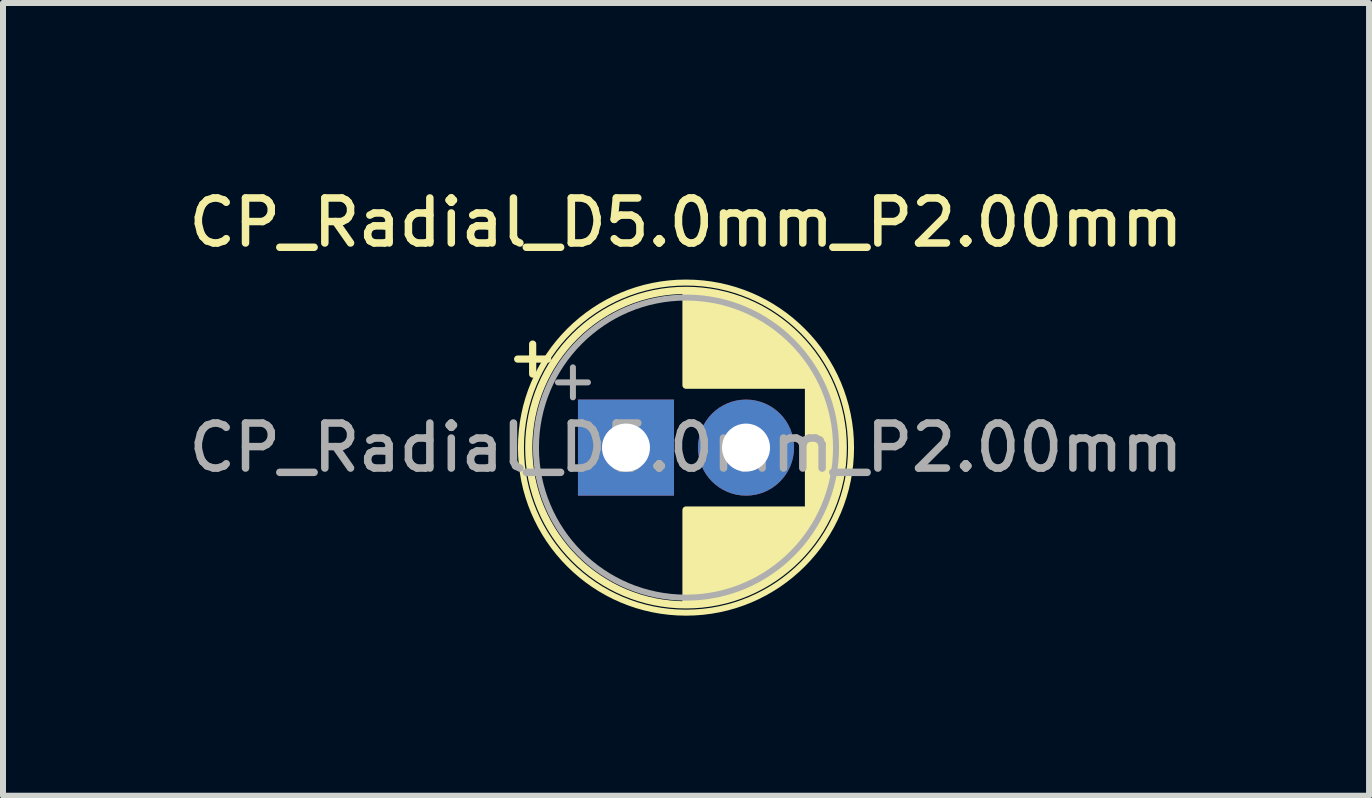
<source format=kicad_pcb>
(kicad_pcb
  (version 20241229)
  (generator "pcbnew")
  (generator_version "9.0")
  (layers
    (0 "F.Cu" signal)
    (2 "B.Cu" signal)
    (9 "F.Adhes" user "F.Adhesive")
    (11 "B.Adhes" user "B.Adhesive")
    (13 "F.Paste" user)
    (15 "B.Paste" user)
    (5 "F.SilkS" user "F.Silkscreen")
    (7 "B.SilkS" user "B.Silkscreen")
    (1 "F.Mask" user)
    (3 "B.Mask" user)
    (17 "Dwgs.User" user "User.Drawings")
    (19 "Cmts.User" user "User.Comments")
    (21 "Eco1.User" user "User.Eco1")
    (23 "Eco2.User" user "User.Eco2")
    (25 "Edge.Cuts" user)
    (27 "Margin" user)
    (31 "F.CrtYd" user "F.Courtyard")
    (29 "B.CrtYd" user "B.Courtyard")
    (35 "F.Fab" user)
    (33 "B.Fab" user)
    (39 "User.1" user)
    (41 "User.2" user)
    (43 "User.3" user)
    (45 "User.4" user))
  (footprint "CP_Radial_D5.0mm_P2.00mm"
    (layer "F.Cu")
    (at 7.38 4.408)
    (property "Reference" "CP_Radial_D5.0mm_P2.00mm" (at 1 -3.75 0) (layer "F.SilkS") (effects (font (size 0.75 0.75) (thickness 0.125))))
    (attr through_hole)
    (fp_line (start -1.805 -1.475) (end -1.305 -1.475) (stroke (width 0.12) (type solid)) (layer "F.SilkS"))
    (fp_line (start -1.555 -1.725) (end -1.555 -1.225) (stroke (width 0.12) (type solid)) (layer "F.SilkS"))
    (fp_line (start 1 -2.58) (end 1 -1.04) (stroke (width 0.12) (type solid)) (layer "F.SilkS"))
    (fp_line (start 1 1.04) (end 1 2.58) (stroke (width 0.12) (type solid)) (layer "F.SilkS"))
    (fp_line (start 1.04 -2.58) (end 1.04 -1.04) (stroke (width 0.12) (type solid)) (layer "F.SilkS"))
    (fp_line (start 1.04 1.04) (end 1.04 2.58) (stroke (width 0.12) (type solid)) (layer "F.SilkS"))
    (fp_line (start 1.08 -2.579) (end 1.08 -1.04) (stroke (width 0.12) (type solid)) (layer "F.SilkS"))
    (fp_line (start 1.08 1.04) (end 1.08 2.579) (stroke (width 0.12) (type solid)) (layer "F.SilkS"))
    (fp_line (start 1.12 -2.578) (end 1.12 -1.04) (stroke (width 0.12) (type solid)) (layer "F.SilkS"))
    (fp_line (start 1.12 1.04) (end 1.12 2.578) (stroke (width 0.12) (type solid)) (layer "F.SilkS"))
    (fp_line (start 1.16 -2.576) (end 1.16 -1.04) (stroke (width 0.12) (type solid)) (layer "F.SilkS"))
    (fp_line (start 1.16 1.04) (end 1.16 2.576) (stroke (width 0.12) (type solid)) (layer "F.SilkS"))
    (fp_line (start 1.2 -2.573) (end 1.2 -1.04) (stroke (width 0.12) (type solid)) (layer "F.SilkS"))
    (fp_line (start 1.2 1.04) (end 1.2 2.573) (stroke (width 0.12) (type solid)) (layer "F.SilkS"))
    (fp_line (start 1.24 -2.569) (end 1.24 -1.04) (stroke (width 0.12) (type solid)) (layer "F.SilkS"))
    (fp_line (start 1.24 1.04) (end 1.24 2.569) (stroke (width 0.12) (type solid)) (layer "F.SilkS"))
    (fp_line (start 1.28 -2.565) (end 1.28 -1.04) (stroke (width 0.12) (type solid)) (layer "F.SilkS"))
    (fp_line (start 1.28 1.04) (end 1.28 2.565) (stroke (width 0.12) (type solid)) (layer "F.SilkS"))
    (fp_line (start 1.32 -2.561) (end 1.32 -1.04) (stroke (width 0.12) (type solid)) (layer "F.SilkS"))
    (fp_line (start 1.32 1.04) (end 1.32 2.561) (stroke (width 0.12) (type solid)) (layer "F.SilkS"))
    (fp_line (start 1.36 -2.556) (end 1.36 -1.04) (stroke (width 0.12) (type solid)) (layer "F.SilkS"))
    (fp_line (start 1.36 1.04) (end 1.36 2.556) (stroke (width 0.12) (type solid)) (layer "F.SilkS"))
    (fp_line (start 1.4 -2.55) (end 1.4 -1.04) (stroke (width 0.12) (type solid)) (layer "F.SilkS"))
    (fp_line (start 1.4 1.04) (end 1.4 2.55) (stroke (width 0.12) (type solid)) (layer "F.SilkS"))
    (fp_line (start 1.44 -2.543) (end 1.44 -1.04) (stroke (width 0.12) (type solid)) (layer "F.SilkS"))
    (fp_line (start 1.44 1.04) (end 1.44 2.543) (stroke (width 0.12) (type solid)) (layer "F.SilkS"))
    (fp_line (start 1.48 -2.536) (end 1.48 -1.04) (stroke (width 0.12) (type solid)) (layer "F.SilkS"))
    (fp_line (start 1.48 1.04) (end 1.48 2.536) (stroke (width 0.12) (type solid)) (layer "F.SilkS"))
    (fp_line (start 1.52 -2.528) (end 1.52 -1.04) (stroke (width 0.12) (type solid)) (layer "F.SilkS"))
    (fp_line (start 1.52 1.04) (end 1.52 2.528) (stroke (width 0.12) (type solid)) (layer "F.SilkS"))
    (fp_line (start 1.56 -2.52) (end 1.56 -1.04) (stroke (width 0.12) (type solid)) (layer "F.SilkS"))
    (fp_line (start 1.56 1.04) (end 1.56 2.52) (stroke (width 0.12) (type solid)) (layer "F.SilkS"))
    (fp_line (start 1.6 -2.511) (end 1.6 -1.04) (stroke (width 0.12) (type solid)) (layer "F.SilkS"))
    (fp_line (start 1.6 1.04) (end 1.6 2.511) (stroke (width 0.12) (type solid)) (layer "F.SilkS"))
    (fp_line (start 1.64 -2.501) (end 1.64 -1.04) (stroke (width 0.12) (type solid)) (layer "F.SilkS"))
    (fp_line (start 1.64 1.04) (end 1.64 2.501) (stroke (width 0.12) (type solid)) (layer "F.SilkS"))
    (fp_line (start 1.68 -2.491) (end 1.68 -1.04) (stroke (width 0.12) (type solid)) (layer "F.SilkS"))
    (fp_line (start 1.68 1.04) (end 1.68 2.491) (stroke (width 0.12) (type solid)) (layer "F.SilkS"))
    (fp_line (start 1.721 -2.48) (end 1.721 -1.04) (stroke (width 0.12) (type solid)) (layer "F.SilkS"))
    (fp_line (start 1.721 1.04) (end 1.721 2.48) (stroke (width 0.12) (type solid)) (layer "F.SilkS"))
    (fp_line (start 1.761 -2.468) (end 1.761 -1.04) (stroke (width 0.12) (type solid)) (layer "F.SilkS"))
    (fp_line (start 1.761 1.04) (end 1.761 2.468) (stroke (width 0.12) (type solid)) (layer "F.SilkS"))
    (fp_line (start 1.801 -2.455) (end 1.801 -1.04) (stroke (width 0.12) (type solid)) (layer "F.SilkS"))
    (fp_line (start 1.801 1.04) (end 1.801 2.455) (stroke (width 0.12) (type solid)) (layer "F.SilkS"))
    (fp_line (start 1.841 -2.442) (end 1.841 -1.04) (stroke (width 0.12) (type solid)) (layer "F.SilkS"))
    (fp_line (start 1.841 1.04) (end 1.841 2.442) (stroke (width 0.12) (type solid)) (layer "F.SilkS"))
    (fp_line (start 1.881 -2.428) (end 1.881 -1.04) (stroke (width 0.12) (type solid)) (layer "F.SilkS"))
    (fp_line (start 1.881 1.04) (end 1.881 2.428) (stroke (width 0.12) (type solid)) (layer "F.SilkS"))
    (fp_line (start 1.921 -2.414) (end 1.921 -1.04) (stroke (width 0.12) (type solid)) (layer "F.SilkS"))
    (fp_line (start 1.921 1.04) (end 1.921 2.414) (stroke (width 0.12) (type solid)) (layer "F.SilkS"))
    (fp_line (start 1.961 -2.398) (end 1.961 -1.04) (stroke (width 0.12) (type solid)) (layer "F.SilkS"))
    (fp_line (start 1.961 1.04) (end 1.961 2.398) (stroke (width 0.12) (type solid)) (layer "F.SilkS"))
    (fp_line (start 2.001 -2.382) (end 2.001 -1.04) (stroke (width 0.12) (type solid)) (layer "F.SilkS"))
    (fp_line (start 2.001 1.04) (end 2.001 2.382) (stroke (width 0.12) (type solid)) (layer "F.SilkS"))
    (fp_line (start 2.041 -2.365) (end 2.041 -1.04) (stroke (width 0.12) (type solid)) (layer "F.SilkS"))
    (fp_line (start 2.041 1.04) (end 2.041 2.365) (stroke (width 0.12) (type solid)) (layer "F.SilkS"))
    (fp_line (start 2.081 -2.348) (end 2.081 -1.04) (stroke (width 0.12) (type solid)) (layer "F.SilkS"))
    (fp_line (start 2.081 1.04) (end 2.081 2.348) (stroke (width 0.12) (type solid)) (layer "F.SilkS"))
    (fp_line (start 2.121 -2.329) (end 2.121 -1.04) (stroke (width 0.12) (type solid)) (layer "F.SilkS"))
    (fp_line (start 2.121 1.04) (end 2.121 2.329) (stroke (width 0.12) (type solid)) (layer "F.SilkS"))
    (fp_line (start 2.161 -2.31) (end 2.161 -1.04) (stroke (width 0.12) (type solid)) (layer "F.SilkS"))
    (fp_line (start 2.161 1.04) (end 2.161 2.31) (stroke (width 0.12) (type solid)) (layer "F.SilkS"))
    (fp_line (start 2.201 -2.29) (end 2.201 -1.04) (stroke (width 0.12) (type solid)) (layer "F.SilkS"))
    (fp_line (start 2.201 1.04) (end 2.201 2.29) (stroke (width 0.12) (type solid)) (layer "F.SilkS"))
    (fp_line (start 2.241 -2.268) (end 2.241 -1.04) (stroke (width 0.12) (type solid)) (layer "F.SilkS"))
    (fp_line (start 2.241 1.04) (end 2.241 2.268) (stroke (width 0.12) (type solid)) (layer "F.SilkS"))
    (fp_line (start 2.281 -2.247) (end 2.281 -1.04) (stroke (width 0.12) (type solid)) (layer "F.SilkS"))
    (fp_line (start 2.281 1.04) (end 2.281 2.247) (stroke (width 0.12) (type solid)) (layer "F.SilkS"))
    (fp_line (start 2.321 -2.224) (end 2.321 -1.04) (stroke (width 0.12) (type solid)) (layer "F.SilkS"))
    (fp_line (start 2.321 1.04) (end 2.321 2.224) (stroke (width 0.12) (type solid)) (layer "F.SilkS"))
    (fp_line (start 2.361 -2.2) (end 2.361 -1.04) (stroke (width 0.12) (type solid)) (layer "F.SilkS"))
    (fp_line (start 2.361 1.04) (end 2.361 2.2) (stroke (width 0.12) (type solid)) (layer "F.SilkS"))
    (fp_line (start 2.401 -2.175) (end 2.401 -1.04) (stroke (width 0.12) (type solid)) (layer "F.SilkS"))
    (fp_line (start 2.401 1.04) (end 2.401 2.175) (stroke (width 0.12) (type solid)) (layer "F.SilkS"))
    (fp_line (start 2.441 -2.149) (end 2.441 -1.04) (stroke (width 0.12) (type solid)) (layer "F.SilkS"))
    (fp_line (start 2.441 1.04) (end 2.441 2.149) (stroke (width 0.12) (type solid)) (layer "F.SilkS"))
    (fp_line (start 2.481 -2.122) (end 2.481 -1.04) (stroke (width 0.12) (type solid)) (layer "F.SilkS"))
    (fp_line (start 2.481 1.04) (end 2.481 2.122) (stroke (width 0.12) (type solid)) (layer "F.SilkS"))
    (fp_line (start 2.521 -2.095) (end 2.521 -1.04) (stroke (width 0.12) (type solid)) (layer "F.SilkS"))
    (fp_line (start 2.521 1.04) (end 2.521 2.095) (stroke (width 0.12) (type solid)) (layer "F.SilkS"))
    (fp_line (start 2.561 -2.065) (end 2.561 -1.04) (stroke (width 0.12) (type solid)) (layer "F.SilkS"))
    (fp_line (start 2.561 1.04) (end 2.561 2.065) (stroke (width 0.12) (type solid)) (layer "F.SilkS"))
    (fp_line (start 2.601 -2.035) (end 2.601 -1.04) (stroke (width 0.12) (type solid)) (layer "F.SilkS"))
    (fp_line (start 2.601 1.04) (end 2.601 2.035) (stroke (width 0.12) (type solid)) (layer "F.SilkS"))
    (fp_line (start 2.641 -2.004) (end 2.641 -1.04) (stroke (width 0.12) (type solid)) (layer "F.SilkS"))
    (fp_line (start 2.641 1.04) (end 2.641 2.004) (stroke (width 0.12) (type solid)) (layer "F.SilkS"))
    (fp_line (start 2.681 -1.971) (end 2.681 -1.04) (stroke (width 0.12) (type solid)) (layer "F.SilkS"))
    (fp_line (start 2.681 1.04) (end 2.681 1.971) (stroke (width 0.12) (type solid)) (layer "F.SilkS"))
    (fp_line (start 2.721 -1.937) (end 2.721 -1.04) (stroke (width 0.12) (type solid)) (layer "F.SilkS"))
    (fp_line (start 2.721 1.04) (end 2.721 1.937) (stroke (width 0.12) (type solid)) (layer "F.SilkS"))
    (fp_line (start 2.761 -1.901) (end 2.761 -1.04) (stroke (width 0.12) (type solid)) (layer "F.SilkS"))
    (fp_line (start 2.761 1.04) (end 2.761 1.901) (stroke (width 0.12) (type solid)) (layer "F.SilkS"))
    (fp_line (start 2.801 -1.864) (end 2.801 -1.04) (stroke (width 0.12) (type solid)) (layer "F.SilkS"))
    (fp_line (start 2.801 1.04) (end 2.801 1.864) (stroke (width 0.12) (type solid)) (layer "F.SilkS"))
    (fp_line (start 2.841 -1.826) (end 2.841 -1.04) (stroke (width 0.12) (type solid)) (layer "F.SilkS"))
    (fp_line (start 2.841 1.04) (end 2.841 1.826) (stroke (width 0.12) (type solid)) (layer "F.SilkS"))
    (fp_line (start 2.881 -1.785) (end 2.881 -1.04) (stroke (width 0.12) (type solid)) (layer "F.SilkS"))
    (fp_line (start 2.881 1.04) (end 2.881 1.785) (stroke (width 0.12) (type solid)) (layer "F.SilkS"))
    (fp_line (start 2.921 -1.743) (end 2.921 -1.04) (stroke (width 0.12) (type solid)) (layer "F.SilkS"))
    (fp_line (start 2.921 1.04) (end 2.921 1.743) (stroke (width 0.12) (type solid)) (layer "F.SilkS"))
    (fp_line (start 2.961 -1.699) (end 2.961 -1.04) (stroke (width 0.12) (type solid)) (layer "F.SilkS"))
    (fp_line (start 2.961 1.04) (end 2.961 1.699) (stroke (width 0.12) (type solid)) (layer "F.SilkS"))
    (fp_line (start 3.001 -1.653) (end 3.001 -1.04) (stroke (width 0.12) (type solid)) (layer "F.SilkS"))
    (fp_line (start 3.001 1.04) (end 3.001 1.653) (stroke (width 0.12) (type solid)) (layer "F.SilkS"))
    (fp_line (start 3.041 -1.605) (end 3.041 1.605) (stroke (width 0.12) (type solid)) (layer "F.SilkS"))
    (fp_line (start 3.081 -1.554) (end 3.081 1.554) (stroke (width 0.12) (type solid)) (layer "F.SilkS"))
    (fp_line (start 3.121 -1.5) (end 3.121 1.5) (stroke (width 0.12) (type solid)) (layer "F.SilkS"))
    (fp_line (start 3.161 -1.443) (end 3.161 1.443) (stroke (width 0.12) (type solid)) (layer "F.SilkS"))
    (fp_line (start 3.201 -1.383) (end 3.201 1.383) (stroke (width 0.12) (type solid)) (layer "F.SilkS"))
    (fp_line (start 3.241 -1.319) (end 3.241 1.319) (stroke (width 0.12) (type solid)) (layer "F.SilkS"))
    (fp_line (start 3.281 -1.251) (end 3.281 1.251) (stroke (width 0.12) (type solid)) (layer "F.SilkS"))
    (fp_line (start 3.321 -1.178) (end 3.321 1.178) (stroke (width 0.12) (type solid)) (layer "F.SilkS"))
    (fp_line (start 3.361 -1.098) (end 3.361 1.098) (stroke (width 0.12) (type solid)) (layer "F.SilkS"))
    (fp_line (start 3.401 -1.011) (end 3.401 1.011) (stroke (width 0.12) (type solid)) (layer "F.SilkS"))
    (fp_line (start 3.441 -0.915) (end 3.441 0.915) (stroke (width 0.12) (type solid)) (layer "F.SilkS"))
    (fp_line (start 3.481 -0.805) (end 3.481 0.805) (stroke (width 0.12) (type solid)) (layer "F.SilkS"))
    (fp_line (start 3.521 -0.677) (end 3.521 0.677) (stroke (width 0.12) (type solid)) (layer "F.SilkS"))
    (fp_line (start 3.561 -0.518) (end 3.561 0.518) (stroke (width 0.12) (type solid)) (layer "F.SilkS"))
    (fp_line (start 3.601 -0.284) (end 3.601 0.284) (stroke (width 0.12) (type solid)) (layer "F.SilkS"))
    (fp_circle (center 1 0) (end 3.62 0) (stroke (width 0.12) (type solid)) (fill no) (layer "F.SilkS"))
    (fp_circle (center 1 0) (end 3.75 0) (stroke (width 0.1) (type solid)) (fill no) (layer "F.SilkS"))
    (fp_line (start -1.134 -1.087) (end -0.634 -1.087) (stroke (width 0.1) (type solid)) (layer "F.Fab"))
    (fp_line (start -0.884 -1.337) (end -0.884 -0.838) (stroke (width 0.1) (type solid)) (layer "F.Fab"))
    (fp_circle (center 1 0) (end 3.5 0) (stroke (width 0.1) (type solid)) (fill no) (layer "F.Fab"))
    (fp_text user "${REFERENCE}" (at 1 0 0) (layer "F.Fab") (effects (font (size 0.75 0.75) (thickness 0.125))))
    (pad "1" thru_hole rect (at 0 0) (size 1.6 1.6) (drill 0.8) (layers "*.Cu" "*.Mask"))
    (pad "2" thru_hole circle (at 2 0) (size 1.6 1.6) (drill 0.8) (layers "*.Cu" "*.Mask")))
  (gr_rect
    (start -3 -3)
    (end 19.761 10.208)
    (stroke (width 0.1) (type default))
    (fill no)
    (layer "Edge.Cuts")))
</source>
